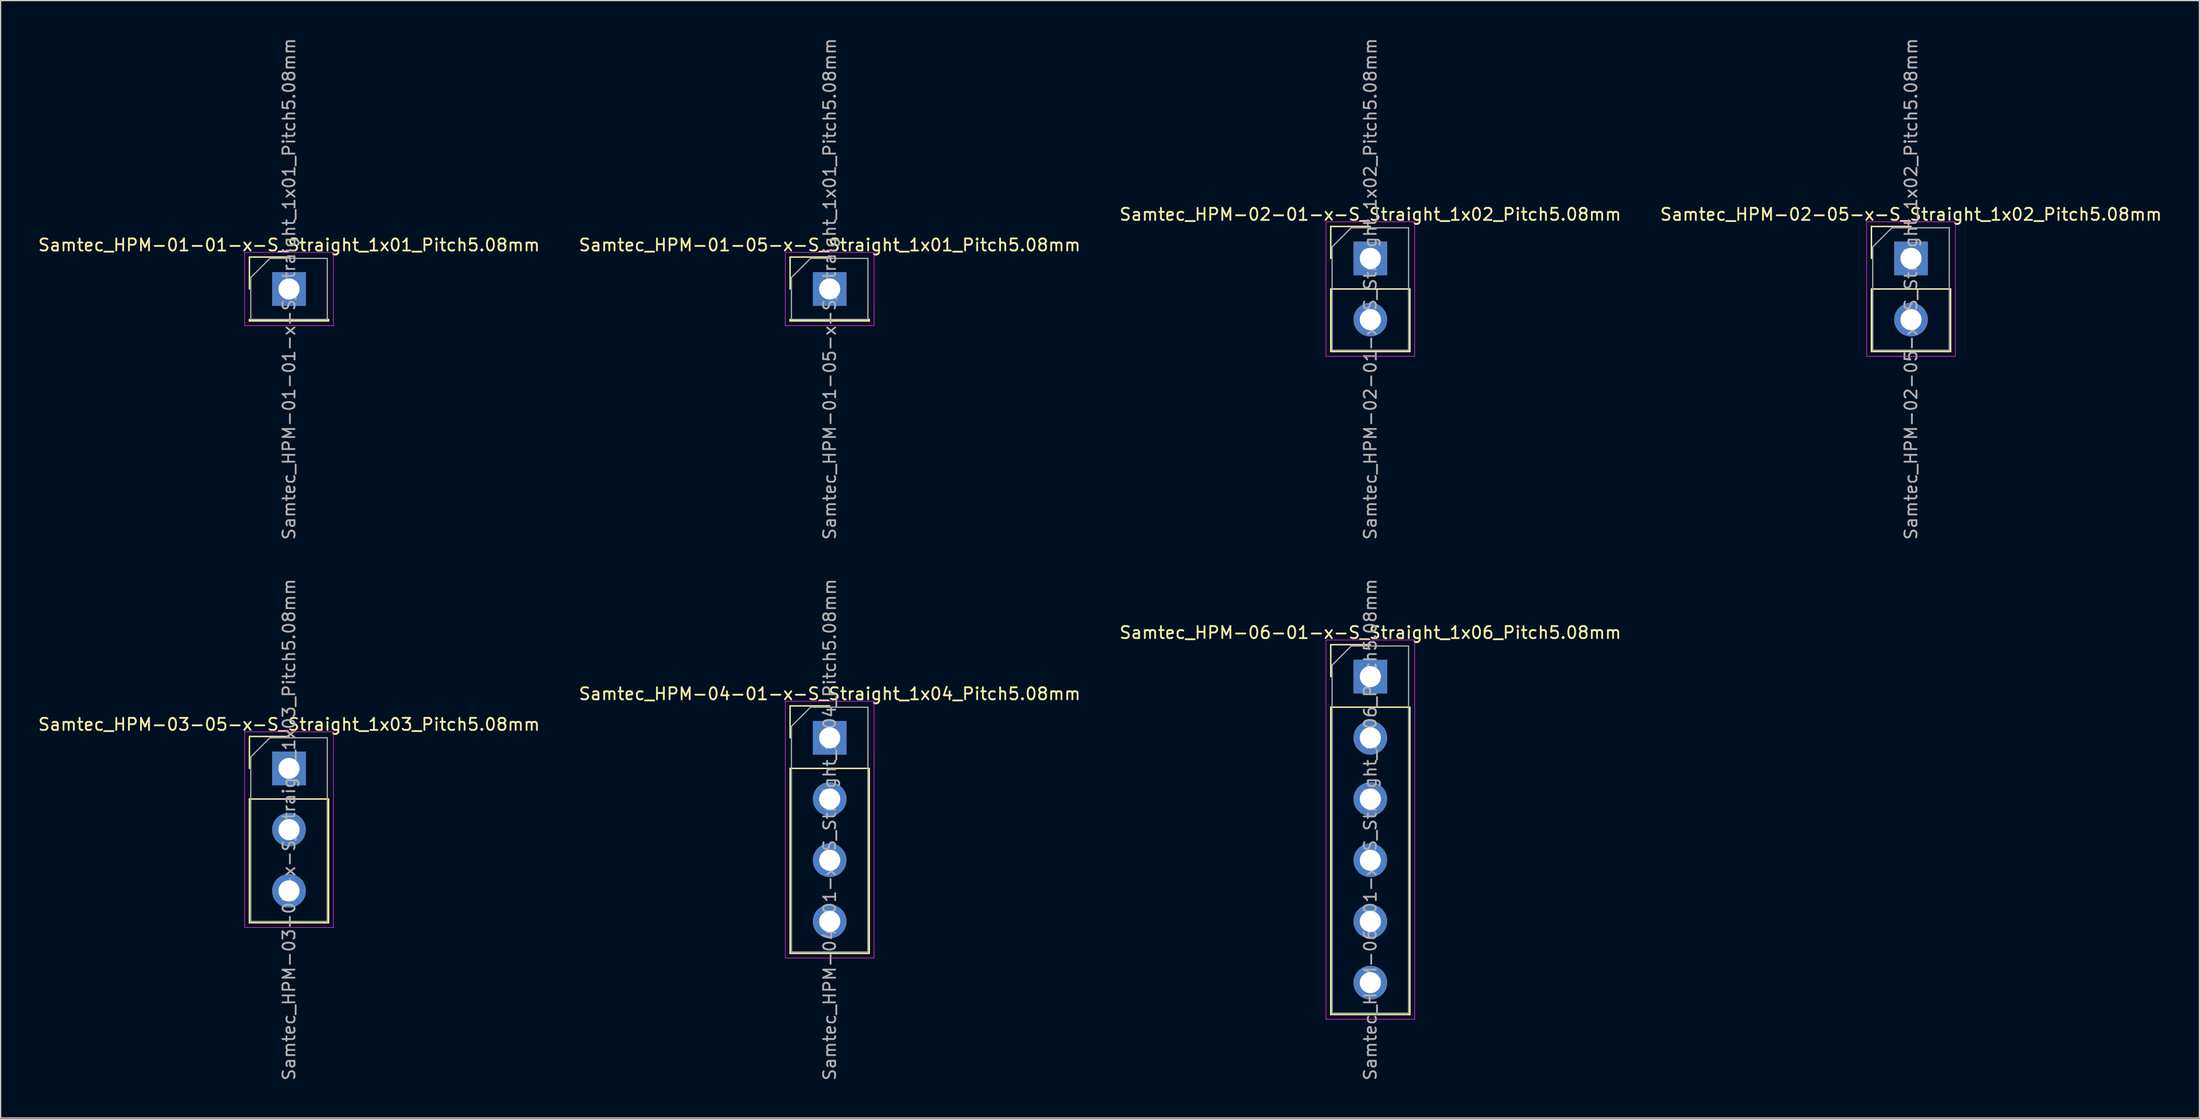
<source format=kicad_pcb>
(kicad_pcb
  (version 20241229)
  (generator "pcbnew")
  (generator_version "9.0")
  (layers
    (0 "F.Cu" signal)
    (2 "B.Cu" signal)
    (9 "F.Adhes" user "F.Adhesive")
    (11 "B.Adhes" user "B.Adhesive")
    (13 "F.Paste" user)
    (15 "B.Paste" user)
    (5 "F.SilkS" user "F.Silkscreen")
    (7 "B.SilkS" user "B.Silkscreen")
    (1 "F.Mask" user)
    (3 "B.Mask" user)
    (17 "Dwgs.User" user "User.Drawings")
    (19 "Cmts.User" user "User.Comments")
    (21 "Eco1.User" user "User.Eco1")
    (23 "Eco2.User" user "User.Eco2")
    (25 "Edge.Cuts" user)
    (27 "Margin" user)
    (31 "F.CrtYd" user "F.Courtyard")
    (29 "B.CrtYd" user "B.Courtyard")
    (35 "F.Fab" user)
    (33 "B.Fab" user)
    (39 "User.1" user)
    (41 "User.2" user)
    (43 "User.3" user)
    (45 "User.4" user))
  (footprint "Samtec_HPM-01-01-x-S_Straight_1x01_Pitch5.08mm"
    (layer "F.Cu")
    (at 20.935 20.935)
    (property "Reference" "Samtec_HPM-01-01-x-S_Straight_1x01_Pitch5.08mm" (at 0 -3.65 0) (layer "F.SilkS") (effects (font (size 1 1) (thickness 0.15))))
    (attr through_hole)
    (fp_line (start -3.285 -2.65) (end 0 -2.65) (stroke (width 0.12) (type solid)) (layer "F.SilkS"))
    (fp_line (start -3.285 0) (end -3.285 -2.65) (stroke (width 0.12) (type solid)) (layer "F.SilkS"))
    (fp_line (start -3.285 2.54) (end -3.285 2.65) (stroke (width 0.12) (type solid)) (layer "F.SilkS"))
    (fp_line (start -3.285 2.54) (end 3.285 2.54) (stroke (width 0.12) (type solid)) (layer "F.SilkS"))
    (fp_line (start -3.285 2.65) (end 3.285 2.65) (stroke (width 0.12) (type solid)) (layer "F.SilkS"))
    (fp_line (start 3.285 2.54) (end 3.285 2.65) (stroke (width 0.12) (type solid)) (layer "F.SilkS"))
    (fp_line (start -3.68 -3.04) (end -3.68 3.04) (stroke (width 0.05) (type solid)) (layer "F.CrtYd"))
    (fp_line (start -3.68 3.04) (end 3.68 3.04) (stroke (width 0.05) (type solid)) (layer "F.CrtYd"))
    (fp_line (start 3.68 -3.04) (end -3.68 -3.04) (stroke (width 0.05) (type solid)) (layer "F.CrtYd"))
    (fp_line (start 3.68 3.04) (end 3.68 -3.04) (stroke (width 0.05) (type solid)) (layer "F.CrtYd"))
    (fp_line (start -3.175 -0.953) (end -1.587 -2.54) (stroke (width 0.1) (type solid)) (layer "F.Fab"))
    (fp_line (start -3.175 2.54) (end -3.175 -0.953) (stroke (width 0.1) (type solid)) (layer "F.Fab"))
    (fp_line (start -1.587 -2.54) (end 3.175 -2.54) (stroke (width 0.1) (type solid)) (layer "F.Fab"))
    (fp_line (start 3.175 -2.54) (end 3.175 2.54) (stroke (width 0.1) (type solid)) (layer "F.Fab"))
    (fp_line (start 3.175 2.54) (end -3.175 2.54) (stroke (width 0.1) (type solid)) (layer "F.Fab"))
    (fp_text user "${REFERENCE}" (at 0 0 90) (layer "F.Fab") (effects (font (size 1 1) (thickness 0.15))))
    (pad "1" thru_hole rect (at 0 0) (size 2.8 2.8) (drill 1.75) (layers "*.Cu" "*.Mask")))
  (footprint "Samtec_HPM-03-05-x-S_Straight_1x03_Pitch5.08mm"
    (layer "F.Cu")
    (at 20.935 60.724)
    (property "Reference" "Samtec_HPM-03-05-x-S_Straight_1x03_Pitch5.08mm" (at 0 -3.65 0) (layer "F.SilkS") (effects (font (size 1 1) (thickness 0.15))))
    (attr through_hole)
    (fp_line (start -3.285 -2.65) (end 0 -2.65) (stroke (width 0.12) (type solid)) (layer "F.SilkS"))
    (fp_line (start -3.285 0) (end -3.285 -2.65) (stroke (width 0.12) (type solid)) (layer "F.SilkS"))
    (fp_line (start -3.285 2.54) (end -3.285 12.81) (stroke (width 0.12) (type solid)) (layer "F.SilkS"))
    (fp_line (start -3.285 2.54) (end 3.285 2.54) (stroke (width 0.12) (type solid)) (layer "F.SilkS"))
    (fp_line (start -3.285 12.81) (end 3.285 12.81) (stroke (width 0.12) (type solid)) (layer "F.SilkS"))
    (fp_line (start 3.285 2.54) (end 3.285 12.81) (stroke (width 0.12) (type solid)) (layer "F.SilkS"))
    (fp_line (start -3.68 -3.04) (end -3.68 13.2) (stroke (width 0.05) (type solid)) (layer "F.CrtYd"))
    (fp_line (start -3.68 13.2) (end 3.68 13.2) (stroke (width 0.05) (type solid)) (layer "F.CrtYd"))
    (fp_line (start 3.68 -3.04) (end -3.68 -3.04) (stroke (width 0.05) (type solid)) (layer "F.CrtYd"))
    (fp_line (start 3.68 13.2) (end 3.68 -3.04) (stroke (width 0.05) (type solid)) (layer "F.CrtYd"))
    (fp_line (start -3.175 -0.953) (end -1.587 -2.54) (stroke (width 0.1) (type solid)) (layer "F.Fab"))
    (fp_line (start -3.175 12.7) (end -3.175 -0.953) (stroke (width 0.1) (type solid)) (layer "F.Fab"))
    (fp_line (start -1.587 -2.54) (end 3.175 -2.54) (stroke (width 0.1) (type solid)) (layer "F.Fab"))
    (fp_line (start 3.175 -2.54) (end 3.175 12.7) (stroke (width 0.1) (type solid)) (layer "F.Fab"))
    (fp_line (start 3.175 12.7) (end -3.175 12.7) (stroke (width 0.1) (type solid)) (layer "F.Fab"))
    (fp_text user "${REFERENCE}" (at 0 5.08 90) (layer "F.Fab") (effects (font (size 1 1) (thickness 0.15))))
    (pad "1" thru_hole rect (at 0 0) (size 2.8 2.8) (drill 1.75) (layers "*.Cu" "*.Mask"))
    (pad "2" thru_hole circle (at 0 5.08) (size 2.8 2.8) (drill 1.75) (layers "*.Cu" "*.Mask"))
    (pad "3" thru_hole circle (at 0 10.16) (size 2.8 2.8) (drill 1.75) (layers "*.Cu" "*.Mask")))
  (footprint "Samtec_HPM-04-01-x-S_Straight_1x04_Pitch5.08mm"
    (layer "F.Cu")
    (at 65.804 58.184)
    (property "Reference" "Samtec_HPM-04-01-x-S_Straight_1x04_Pitch5.08mm" (at 0 -3.65 0) (layer "F.SilkS") (effects (font (size 1 1) (thickness 0.15))))
    (attr through_hole)
    (fp_line (start -3.285 -2.65) (end 0 -2.65) (stroke (width 0.12) (type solid)) (layer "F.SilkS"))
    (fp_line (start -3.285 0) (end -3.285 -2.65) (stroke (width 0.12) (type solid)) (layer "F.SilkS"))
    (fp_line (start -3.285 2.54) (end -3.285 17.89) (stroke (width 0.12) (type solid)) (layer "F.SilkS"))
    (fp_line (start -3.285 2.54) (end 3.285 2.54) (stroke (width 0.12) (type solid)) (layer "F.SilkS"))
    (fp_line (start -3.285 17.89) (end 3.285 17.89) (stroke (width 0.12) (type solid)) (layer "F.SilkS"))
    (fp_line (start 3.285 2.54) (end 3.285 17.89) (stroke (width 0.12) (type solid)) (layer "F.SilkS"))
    (fp_line (start -3.68 -3.04) (end -3.68 18.28) (stroke (width 0.05) (type solid)) (layer "F.CrtYd"))
    (fp_line (start -3.68 18.28) (end 3.68 18.28) (stroke (width 0.05) (type solid)) (layer "F.CrtYd"))
    (fp_line (start 3.68 -3.04) (end -3.68 -3.04) (stroke (width 0.05) (type solid)) (layer "F.CrtYd"))
    (fp_line (start 3.68 18.28) (end 3.68 -3.04) (stroke (width 0.05) (type solid)) (layer "F.CrtYd"))
    (fp_line (start -3.175 -0.953) (end -1.587 -2.54) (stroke (width 0.1) (type solid)) (layer "F.Fab"))
    (fp_line (start -3.175 17.78) (end -3.175 -0.953) (stroke (width 0.1) (type solid)) (layer "F.Fab"))
    (fp_line (start -1.587 -2.54) (end 3.175 -2.54) (stroke (width 0.1) (type solid)) (layer "F.Fab"))
    (fp_line (start 3.175 -2.54) (end 3.175 17.78) (stroke (width 0.1) (type solid)) (layer "F.Fab"))
    (fp_line (start 3.175 17.78) (end -3.175 17.78) (stroke (width 0.1) (type solid)) (layer "F.Fab"))
    (fp_text user "${REFERENCE}" (at 0 7.62 90) (layer "F.Fab") (effects (font (size 1 1) (thickness 0.15))))
    (pad "1" thru_hole rect (at 0 0) (size 2.8 2.8) (drill 1.75) (layers "*.Cu" "*.Mask"))
    (pad "2" thru_hole circle (at 0 5.08) (size 2.8 2.8) (drill 1.75) (layers "*.Cu" "*.Mask"))
    (pad "3" thru_hole circle (at 0 10.16) (size 2.8 2.8) (drill 1.75) (layers "*.Cu" "*.Mask"))
    (pad "4" thru_hole circle (at 0 15.24) (size 2.8 2.8) (drill 1.75) (layers "*.Cu" "*.Mask")))
  (footprint "Samtec_HPM-01-05-x-S_Straight_1x01_Pitch5.08mm"
    (layer "F.Cu")
    (at 65.804 20.935)
    (property "Reference" "Samtec_HPM-01-05-x-S_Straight_1x01_Pitch5.08mm" (at 0 -3.65 0) (layer "F.SilkS") (effects (font (size 1 1) (thickness 0.15))))
    (attr through_hole)
    (fp_line (start -3.285 -2.65) (end 0 -2.65) (stroke (width 0.12) (type solid)) (layer "F.SilkS"))
    (fp_line (start -3.285 0) (end -3.285 -2.65) (stroke (width 0.12) (type solid)) (layer "F.SilkS"))
    (fp_line (start -3.285 2.54) (end -3.285 2.65) (stroke (width 0.12) (type solid)) (layer "F.SilkS"))
    (fp_line (start -3.285 2.54) (end 3.285 2.54) (stroke (width 0.12) (type solid)) (layer "F.SilkS"))
    (fp_line (start -3.285 2.65) (end 3.285 2.65) (stroke (width 0.12) (type solid)) (layer "F.SilkS"))
    (fp_line (start 3.285 2.54) (end 3.285 2.65) (stroke (width 0.12) (type solid)) (layer "F.SilkS"))
    (fp_line (start -3.68 -3.04) (end -3.68 3.04) (stroke (width 0.05) (type solid)) (layer "F.CrtYd"))
    (fp_line (start -3.68 3.04) (end 3.68 3.04) (stroke (width 0.05) (type solid)) (layer "F.CrtYd"))
    (fp_line (start 3.68 -3.04) (end -3.68 -3.04) (stroke (width 0.05) (type solid)) (layer "F.CrtYd"))
    (fp_line (start 3.68 3.04) (end 3.68 -3.04) (stroke (width 0.05) (type solid)) (layer "F.CrtYd"))
    (fp_line (start -3.175 -0.953) (end -1.587 -2.54) (stroke (width 0.1) (type solid)) (layer "F.Fab"))
    (fp_line (start -3.175 2.54) (end -3.175 -0.953) (stroke (width 0.1) (type solid)) (layer "F.Fab"))
    (fp_line (start -1.587 -2.54) (end 3.175 -2.54) (stroke (width 0.1) (type solid)) (layer "F.Fab"))
    (fp_line (start 3.175 -2.54) (end 3.175 2.54) (stroke (width 0.1) (type solid)) (layer "F.Fab"))
    (fp_line (start 3.175 2.54) (end -3.175 2.54) (stroke (width 0.1) (type solid)) (layer "F.Fab"))
    (fp_text user "${REFERENCE}" (at 0 0 90) (layer "F.Fab") (effects (font (size 1 1) (thickness 0.15))))
    (pad "1" thru_hole rect (at 0 0) (size 2.8 2.8) (drill 1.75) (layers "*.Cu" "*.Mask")))
  (footprint "Samtec_HPM-02-05-x-S_Straight_1x02_Pitch5.08mm"
    (layer "F.Cu")
    (at 155.542 18.395)
    (property "Reference" "Samtec_HPM-02-05-x-S_Straight_1x02_Pitch5.08mm" (at 0 -3.65 0) (layer "F.SilkS") (effects (font (size 1 1) (thickness 0.15))))
    (attr through_hole)
    (fp_line (start -3.285 -2.65) (end 0 -2.65) (stroke (width 0.12) (type solid)) (layer "F.SilkS"))
    (fp_line (start -3.285 0) (end -3.285 -2.65) (stroke (width 0.12) (type solid)) (layer "F.SilkS"))
    (fp_line (start -3.285 2.54) (end -3.285 7.73) (stroke (width 0.12) (type solid)) (layer "F.SilkS"))
    (fp_line (start -3.285 2.54) (end 3.285 2.54) (stroke (width 0.12) (type solid)) (layer "F.SilkS"))
    (fp_line (start -3.285 7.73) (end 3.285 7.73) (stroke (width 0.12) (type solid)) (layer "F.SilkS"))
    (fp_line (start 3.285 2.54) (end 3.285 7.73) (stroke (width 0.12) (type solid)) (layer "F.SilkS"))
    (fp_line (start -3.68 -3.04) (end -3.68 8.13) (stroke (width 0.05) (type solid)) (layer "F.CrtYd"))
    (fp_line (start -3.68 8.13) (end 3.68 8.13) (stroke (width 0.05) (type solid)) (layer "F.CrtYd"))
    (fp_line (start 3.68 -3.04) (end -3.68 -3.04) (stroke (width 0.05) (type solid)) (layer "F.CrtYd"))
    (fp_line (start 3.68 8.13) (end 3.68 -3.04) (stroke (width 0.05) (type solid)) (layer "F.CrtYd"))
    (fp_line (start -3.175 -0.953) (end -1.587 -2.54) (stroke (width 0.1) (type solid)) (layer "F.Fab"))
    (fp_line (start -3.175 7.62) (end -3.175 -0.953) (stroke (width 0.1) (type solid)) (layer "F.Fab"))
    (fp_line (start -1.587 -2.54) (end 3.175 -2.54) (stroke (width 0.1) (type solid)) (layer "F.Fab"))
    (fp_line (start 3.175 -2.54) (end 3.175 7.62) (stroke (width 0.1) (type solid)) (layer "F.Fab"))
    (fp_line (start 3.175 7.62) (end -3.175 7.62) (stroke (width 0.1) (type solid)) (layer "F.Fab"))
    (fp_text user "${REFERENCE}" (at 0 2.54 90) (layer "F.Fab") (effects (font (size 1 1) (thickness 0.15))))
    (pad "1" thru_hole rect (at 0 0) (size 2.8 2.8) (drill 1.75) (layers "*.Cu" "*.Mask"))
    (pad "2" thru_hole circle (at 0 5.08) (size 2.8 2.8) (drill 1.75) (layers "*.Cu" "*.Mask")))
  (footprint "Samtec_HPM-06-01-x-S_Straight_1x06_Pitch5.08mm"
    (layer "F.Cu")
    (at 110.673 53.104)
    (property "Reference" "Samtec_HPM-06-01-x-S_Straight_1x06_Pitch5.08mm" (at 0 -3.65 0) (layer "F.SilkS") (effects (font (size 1 1) (thickness 0.15))))
    (attr through_hole)
    (fp_line (start -3.285 -2.65) (end 0 -2.65) (stroke (width 0.12) (type solid)) (layer "F.SilkS"))
    (fp_line (start -3.285 0) (end -3.285 -2.65) (stroke (width 0.12) (type solid)) (layer "F.SilkS"))
    (fp_line (start -3.285 2.54) (end -3.285 28.05) (stroke (width 0.12) (type solid)) (layer "F.SilkS"))
    (fp_line (start -3.285 2.54) (end 3.285 2.54) (stroke (width 0.12) (type solid)) (layer "F.SilkS"))
    (fp_line (start -3.285 28.05) (end 3.285 28.05) (stroke (width 0.12) (type solid)) (layer "F.SilkS"))
    (fp_line (start 3.285 2.54) (end 3.285 28.05) (stroke (width 0.12) (type solid)) (layer "F.SilkS"))
    (fp_line (start -3.68 -3.04) (end -3.68 28.44) (stroke (width 0.05) (type solid)) (layer "F.CrtYd"))
    (fp_line (start -3.68 28.44) (end 3.68 28.44) (stroke (width 0.05) (type solid)) (layer "F.CrtYd"))
    (fp_line (start 3.68 -3.04) (end -3.68 -3.04) (stroke (width 0.05) (type solid)) (layer "F.CrtYd"))
    (fp_line (start 3.68 28.44) (end 3.68 -3.04) (stroke (width 0.05) (type solid)) (layer "F.CrtYd"))
    (fp_line (start -3.175 -0.953) (end -1.587 -2.54) (stroke (width 0.1) (type solid)) (layer "F.Fab"))
    (fp_line (start -3.175 27.94) (end -3.175 -0.953) (stroke (width 0.1) (type solid)) (layer "F.Fab"))
    (fp_line (start -1.587 -2.54) (end 3.175 -2.54) (stroke (width 0.1) (type solid)) (layer "F.Fab"))
    (fp_line (start 3.175 -2.54) (end 3.175 27.94) (stroke (width 0.1) (type solid)) (layer "F.Fab"))
    (fp_line (start 3.175 27.94) (end -3.175 27.94) (stroke (width 0.1) (type solid)) (layer "F.Fab"))
    (fp_text user "${REFERENCE}" (at 0 12.7 90) (layer "F.Fab") (effects (font (size 1 1) (thickness 0.15))))
    (pad "1" thru_hole rect (at 0 0) (size 2.8 2.8) (drill 1.75) (layers "*.Cu" "*.Mask"))
    (pad "2" thru_hole circle (at 0 5.08) (size 2.8 2.8) (drill 1.75) (layers "*.Cu" "*.Mask"))
    (pad "3" thru_hole circle (at 0 10.16) (size 2.8 2.8) (drill 1.75) (layers "*.Cu" "*.Mask"))
    (pad "4" thru_hole circle (at 0 15.24) (size 2.8 2.8) (drill 1.75) (layers "*.Cu" "*.Mask"))
    (pad "5" thru_hole circle (at 0 20.32) (size 2.8 2.8) (drill 1.75) (layers "*.Cu" "*.Mask"))
    (pad "6" thru_hole circle (at 0 25.4) (size 2.8 2.8) (drill 1.75) (layers "*.Cu" "*.Mask")))
  (footprint "Samtec_HPM-02-01-x-S_Straight_1x02_Pitch5.08mm"
    (layer "F.Cu")
    (at 110.673 18.395)
    (property "Reference" "Samtec_HPM-02-01-x-S_Straight_1x02_Pitch5.08mm" (at 0 -3.65 0) (layer "F.SilkS") (effects (font (size 1 1) (thickness 0.15))))
    (attr through_hole)
    (fp_line (start -3.285 -2.65) (end 0 -2.65) (stroke (width 0.12) (type solid)) (layer "F.SilkS"))
    (fp_line (start -3.285 0) (end -3.285 -2.65) (stroke (width 0.12) (type solid)) (layer "F.SilkS"))
    (fp_line (start -3.285 2.54) (end -3.285 7.73) (stroke (width 0.12) (type solid)) (layer "F.SilkS"))
    (fp_line (start -3.285 2.54) (end 3.285 2.54) (stroke (width 0.12) (type solid)) (layer "F.SilkS"))
    (fp_line (start -3.285 7.73) (end 3.285 7.73) (stroke (width 0.12) (type solid)) (layer "F.SilkS"))
    (fp_line (start 3.285 2.54) (end 3.285 7.73) (stroke (width 0.12) (type solid)) (layer "F.SilkS"))
    (fp_line (start -3.68 -3.04) (end -3.68 8.13) (stroke (width 0.05) (type solid)) (layer "F.CrtYd"))
    (fp_line (start -3.68 8.13) (end 3.68 8.13) (stroke (width 0.05) (type solid)) (layer "F.CrtYd"))
    (fp_line (start 3.68 -3.04) (end -3.68 -3.04) (stroke (width 0.05) (type solid)) (layer "F.CrtYd"))
    (fp_line (start 3.68 8.13) (end 3.68 -3.04) (stroke (width 0.05) (type solid)) (layer "F.CrtYd"))
    (fp_line (start -3.175 -0.953) (end -1.587 -2.54) (stroke (width 0.1) (type solid)) (layer "F.Fab"))
    (fp_line (start -3.175 7.62) (end -3.175 -0.953) (stroke (width 0.1) (type solid)) (layer "F.Fab"))
    (fp_line (start -1.587 -2.54) (end 3.175 -2.54) (stroke (width 0.1) (type solid)) (layer "F.Fab"))
    (fp_line (start 3.175 -2.54) (end 3.175 7.62) (stroke (width 0.1) (type solid)) (layer "F.Fab"))
    (fp_line (start 3.175 7.62) (end -3.175 7.62) (stroke (width 0.1) (type solid)) (layer "F.Fab"))
    (fp_text user "${REFERENCE}" (at 0 2.54 90) (layer "F.Fab") (effects (font (size 1 1) (thickness 0.15))))
    (pad "1" thru_hole rect (at 0 0) (size 2.8 2.8) (drill 1.75) (layers "*.Cu" "*.Mask"))
    (pad "2" thru_hole circle (at 0 5.08) (size 2.8 2.8) (drill 1.75) (layers "*.Cu" "*.Mask")))
  (gr_rect
    (start -3 -3)
    (end 179.476 89.738)
    (stroke (width 0.1) (type default))
    (fill no)
    (layer "Edge.Cuts")))
</source>
